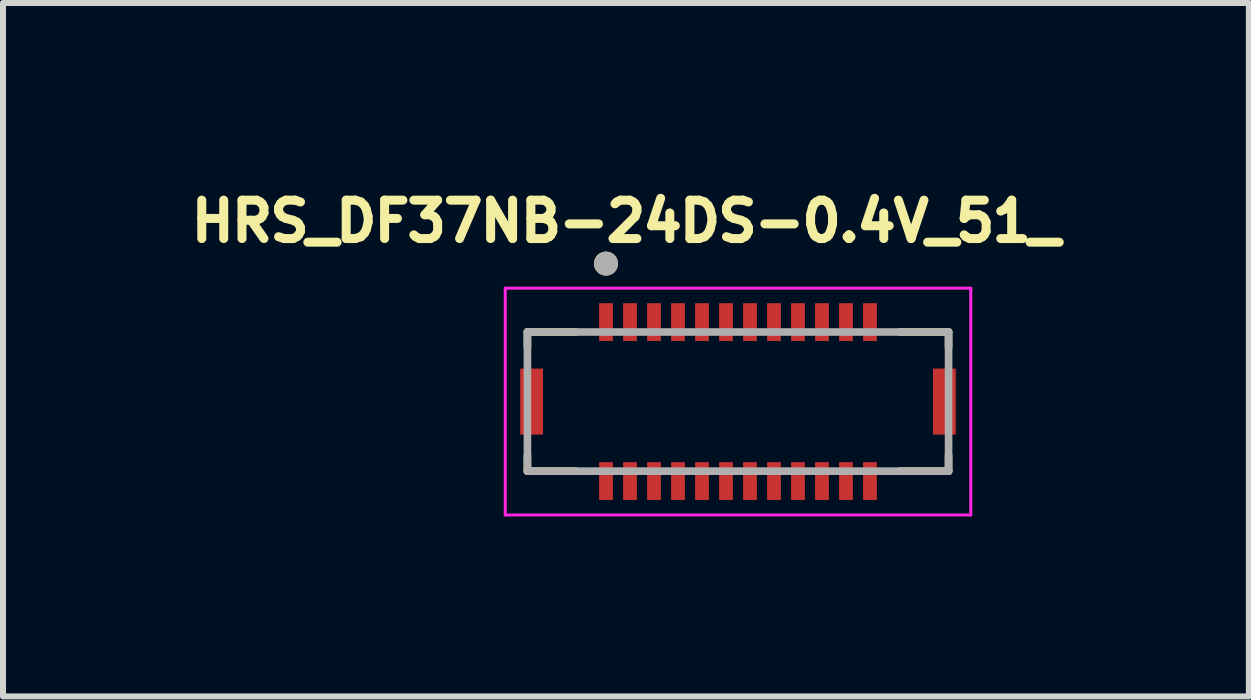
<source format=kicad_pcb>
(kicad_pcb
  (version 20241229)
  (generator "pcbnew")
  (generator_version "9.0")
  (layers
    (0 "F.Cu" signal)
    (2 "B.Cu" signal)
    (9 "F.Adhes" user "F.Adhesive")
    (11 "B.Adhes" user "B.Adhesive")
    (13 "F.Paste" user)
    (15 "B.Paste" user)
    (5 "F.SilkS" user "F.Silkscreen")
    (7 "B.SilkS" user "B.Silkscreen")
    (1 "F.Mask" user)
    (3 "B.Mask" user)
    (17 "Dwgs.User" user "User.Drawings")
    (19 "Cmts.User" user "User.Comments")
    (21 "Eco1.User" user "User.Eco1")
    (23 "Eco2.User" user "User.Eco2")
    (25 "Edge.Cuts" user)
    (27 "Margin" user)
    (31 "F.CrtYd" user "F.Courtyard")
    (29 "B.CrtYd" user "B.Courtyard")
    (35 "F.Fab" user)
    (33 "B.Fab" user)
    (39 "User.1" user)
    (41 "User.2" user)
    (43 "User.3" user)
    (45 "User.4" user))
  (footprint "HRS_DF37NB-24DS-0.4V_51_"
    (layer "F.Cu")
    (at 9.252 3.644)
    (property "Reference" "HRS_DF37NB-24DS-0.4V_51_" (at -1.868 -3.006 0) (layer "F.SilkS") (effects (font (size 0.64 0.64) (thickness 0.15))))
    (attr smd)
    (fp_line (start -3.51 -1.16) (end -3.51 -0.9) (stroke (width 0.127) (type solid)) (layer "F.SilkS"))
    (fp_line (start -3.51 1.16) (end -3.51 0.9) (stroke (width 0.127) (type solid)) (layer "F.SilkS"))
    (fp_line (start -2.7 -1.16) (end -3.51 -1.16) (stroke (width 0.127) (type solid)) (layer "F.SilkS"))
    (fp_line (start -2.7 1.16) (end -3.51 1.16) (stroke (width 0.127) (type solid)) (layer "F.SilkS"))
    (fp_line (start 2.7 -1.16) (end 3.51 -1.16) (stroke (width 0.127) (type solid)) (layer "F.SilkS"))
    (fp_line (start 2.7 1.16) (end 3.51 1.16) (stroke (width 0.127) (type solid)) (layer "F.SilkS"))
    (fp_line (start 3.51 -1.16) (end 3.51 -0.9) (stroke (width 0.127) (type solid)) (layer "F.SilkS"))
    (fp_line (start 3.51 1.16) (end 3.51 0.9) (stroke (width 0.127) (type solid)) (layer "F.SilkS"))
    (fp_circle (center -2.2 -2.3) (end -2.1 -2.3) (stroke (width 0.2) (type solid)) (fill no) (layer "F.SilkS"))
    (fp_poly (pts (xy -2.315 -1.64) (xy -2.085 -1.64) (xy -2.085 -1.14) (xy -2.315 -1.14)) (stroke (width 0.01) (type solid)) (fill yes) (layer "F.Paste"))
    (fp_poly (pts (xy -2.315 1.14) (xy -2.085 1.14) (xy -2.085 1.64) (xy -2.315 1.64)) (stroke (width 0.01) (type solid)) (fill yes) (layer "F.Paste"))
    (fp_poly (pts (xy -1.915 -1.64) (xy -1.685 -1.64) (xy -1.685 -1.14) (xy -1.915 -1.14)) (stroke (width 0.01) (type solid)) (fill yes) (layer "F.Paste"))
    (fp_poly (pts (xy -1.915 1.14) (xy -1.685 1.14) (xy -1.685 1.64) (xy -1.915 1.64)) (stroke (width 0.01) (type solid)) (fill yes) (layer "F.Paste"))
    (fp_poly (pts (xy -1.515 -1.64) (xy -1.285 -1.64) (xy -1.285 -1.14) (xy -1.515 -1.14)) (stroke (width 0.01) (type solid)) (fill yes) (layer "F.Paste"))
    (fp_poly (pts (xy -1.515 1.14) (xy -1.285 1.14) (xy -1.285 1.64) (xy -1.515 1.64)) (stroke (width 0.01) (type solid)) (fill yes) (layer "F.Paste"))
    (fp_poly (pts (xy -1.115 -1.64) (xy -0.885 -1.64) (xy -0.885 -1.14) (xy -1.115 -1.14)) (stroke (width 0.01) (type solid)) (fill yes) (layer "F.Paste"))
    (fp_poly (pts (xy -1.115 1.14) (xy -0.885 1.14) (xy -0.885 1.64) (xy -1.115 1.64)) (stroke (width 0.01) (type solid)) (fill yes) (layer "F.Paste"))
    (fp_poly (pts (xy -0.715 -1.64) (xy -0.485 -1.64) (xy -0.485 -1.14) (xy -0.715 -1.14)) (stroke (width 0.01) (type solid)) (fill yes) (layer "F.Paste"))
    (fp_poly (pts (xy -0.715 1.14) (xy -0.485 1.14) (xy -0.485 1.64) (xy -0.715 1.64)) (stroke (width 0.01) (type solid)) (fill yes) (layer "F.Paste"))
    (fp_poly (pts (xy -0.315 -1.64) (xy -0.085 -1.64) (xy -0.085 -1.14) (xy -0.315 -1.14)) (stroke (width 0.01) (type solid)) (fill yes) (layer "F.Paste"))
    (fp_poly (pts (xy -0.315 1.14) (xy -0.085 1.14) (xy -0.085 1.64) (xy -0.315 1.64)) (stroke (width 0.01) (type solid)) (fill yes) (layer "F.Paste"))
    (fp_poly (pts (xy 0.085 -1.64) (xy 0.315 -1.64) (xy 0.315 -1.14) (xy 0.085 -1.14)) (stroke (width 0.01) (type solid)) (fill yes) (layer "F.Paste"))
    (fp_poly (pts (xy 0.085 1.14) (xy 0.315 1.14) (xy 0.315 1.64) (xy 0.085 1.64)) (stroke (width 0.01) (type solid)) (fill yes) (layer "F.Paste"))
    (fp_poly (pts (xy 0.485 -1.64) (xy 0.715 -1.64) (xy 0.715 -1.14) (xy 0.485 -1.14)) (stroke (width 0.01) (type solid)) (fill yes) (layer "F.Paste"))
    (fp_poly (pts (xy 0.485 1.14) (xy 0.715 1.14) (xy 0.715 1.64) (xy 0.485 1.64)) (stroke (width 0.01) (type solid)) (fill yes) (layer "F.Paste"))
    (fp_poly (pts (xy 0.885 -1.64) (xy 1.115 -1.64) (xy 1.115 -1.14) (xy 0.885 -1.14)) (stroke (width 0.01) (type solid)) (fill yes) (layer "F.Paste"))
    (fp_poly (pts (xy 0.885 1.14) (xy 1.115 1.14) (xy 1.115 1.64) (xy 0.885 1.64)) (stroke (width 0.01) (type solid)) (fill yes) (layer "F.Paste"))
    (fp_poly (pts (xy 1.285 -1.64) (xy 1.515 -1.64) (xy 1.515 -1.14) (xy 1.285 -1.14)) (stroke (width 0.01) (type solid)) (fill yes) (layer "F.Paste"))
    (fp_poly (pts (xy 1.285 1.14) (xy 1.515 1.14) (xy 1.515 1.64) (xy 1.285 1.64)) (stroke (width 0.01) (type solid)) (fill yes) (layer "F.Paste"))
    (fp_poly (pts (xy 1.685 -1.64) (xy 1.915 -1.64) (xy 1.915 -1.14) (xy 1.685 -1.14)) (stroke (width 0.01) (type solid)) (fill yes) (layer "F.Paste"))
    (fp_poly (pts (xy 1.685 1.14) (xy 1.915 1.14) (xy 1.915 1.64) (xy 1.685 1.64)) (stroke (width 0.01) (type solid)) (fill yes) (layer "F.Paste"))
    (fp_poly (pts (xy 2.085 -1.64) (xy 2.315 -1.64) (xy 2.315 -1.14) (xy 2.085 -1.14)) (stroke (width 0.01) (type solid)) (fill yes) (layer "F.Paste"))
    (fp_poly (pts (xy 2.085 1.14) (xy 2.315 1.14) (xy 2.315 1.64) (xy 2.085 1.64)) (stroke (width 0.01) (type solid)) (fill yes) (layer "F.Paste"))
    (fp_line (start -3.88 -1.89) (end -3.88 1.89) (stroke (width 0.05) (type solid)) (layer "F.CrtYd"))
    (fp_line (start -3.88 1.89) (end 3.88 1.89) (stroke (width 0.05) (type solid)) (layer "F.CrtYd"))
    (fp_line (start 3.88 -1.89) (end -3.88 -1.89) (stroke (width 0.05) (type solid)) (layer "F.CrtYd"))
    (fp_line (start 3.88 1.89) (end 3.88 -1.89) (stroke (width 0.05) (type solid)) (layer "F.CrtYd"))
    (fp_line (start -3.51 -1.16) (end -3.51 1.16) (stroke (width 0.127) (type solid)) (layer "F.Fab"))
    (fp_line (start -3.51 1.16) (end 3.51 1.16) (stroke (width 0.127) (type solid)) (layer "F.Fab"))
    (fp_line (start 3.51 -1.16) (end -3.51 -1.16) (stroke (width 0.127) (type solid)) (layer "F.Fab"))
    (fp_line (start 3.51 1.16) (end 3.51 -1.16) (stroke (width 0.127) (type solid)) (layer "F.Fab"))
    (fp_circle (center -2.2 -2.3) (end -2.1 -2.3) (stroke (width 0.2) (type solid)) (fill no) (layer "F.Fab"))
    (pad "1" smd rect (at -2.2 -1.325) (size 0.23 0.63) (layers "F.Cu" "F.Mask"))
    (pad "2" smd rect (at -2.2 1.325) (size 0.23 0.63) (layers "F.Cu" "F.Mask"))
    (pad "3" smd rect (at -1.8 -1.325) (size 0.23 0.63) (layers "F.Cu" "F.Mask"))
    (pad "4" smd rect (at -1.8 1.325) (size 0.23 0.63) (layers "F.Cu" "F.Mask"))
    (pad "5" smd rect (at -1.4 -1.325) (size 0.23 0.63) (layers "F.Cu" "F.Mask"))
    (pad "6" smd rect (at -1.4 1.325) (size 0.23 0.63) (layers "F.Cu" "F.Mask"))
    (pad "7" smd rect (at -1 -1.325) (size 0.23 0.63) (layers "F.Cu" "F.Mask"))
    (pad "8" smd rect (at -1 1.325) (size 0.23 0.63) (layers "F.Cu" "F.Mask"))
    (pad "9" smd rect (at -0.6 -1.325) (size 0.23 0.63) (layers "F.Cu" "F.Mask"))
    (pad "10" smd rect (at -0.6 1.325) (size 0.23 0.63) (layers "F.Cu" "F.Mask"))
    (pad "11" smd rect (at -0.2 -1.325) (size 0.23 0.63) (layers "F.Cu" "F.Mask"))
    (pad "12" smd rect (at -0.2 1.325) (size 0.23 0.63) (layers "F.Cu" "F.Mask"))
    (pad "13" smd rect (at 0.2 -1.325) (size 0.23 0.63) (layers "F.Cu" "F.Mask"))
    (pad "14" smd rect (at 0.2 1.325) (size 0.23 0.63) (layers "F.Cu" "F.Mask"))
    (pad "15" smd rect (at 0.6 -1.325) (size 0.23 0.63) (layers "F.Cu" "F.Mask"))
    (pad "16" smd rect (at 0.6 1.325) (size 0.23 0.63) (layers "F.Cu" "F.Mask"))
    (pad "17" smd rect (at 1 -1.325) (size 0.23 0.63) (layers "F.Cu" "F.Mask"))
    (pad "18" smd rect (at 1 1.325) (size 0.23 0.63) (layers "F.Cu" "F.Mask"))
    (pad "19" smd rect (at 1.4 -1.325) (size 0.23 0.63) (layers "F.Cu" "F.Mask"))
    (pad "20" smd rect (at 1.4 1.325) (size 0.23 0.63) (layers "F.Cu" "F.Mask"))
    (pad "21" smd rect (at 1.8 -1.325) (size 0.23 0.63) (layers "F.Cu" "F.Mask"))
    (pad "22" smd rect (at 1.8 1.325) (size 0.23 0.63) (layers "F.Cu" "F.Mask"))
    (pad "23" smd rect (at 2.2 -1.325) (size 0.23 0.63) (layers "F.Cu" "F.Mask"))
    (pad "24" smd rect (at 2.2 1.325) (size 0.23 0.63) (layers "F.Cu" "F.Mask"))
    (pad "S1" smd rect (at -3.44 0) (size 0.38 1.1) (layers "F.Cu" "F.Mask" "F.Paste"))
    (pad "S2" smd rect (at 3.44 0) (size 0.38 1.1) (layers "F.Cu" "F.Mask" "F.Paste")))
  (gr_rect
    (start -3 -3)
    (end 17.768 8.559)
    (stroke (width 0.1) (type default))
    (fill no)
    (layer "Edge.Cuts")))
</source>
